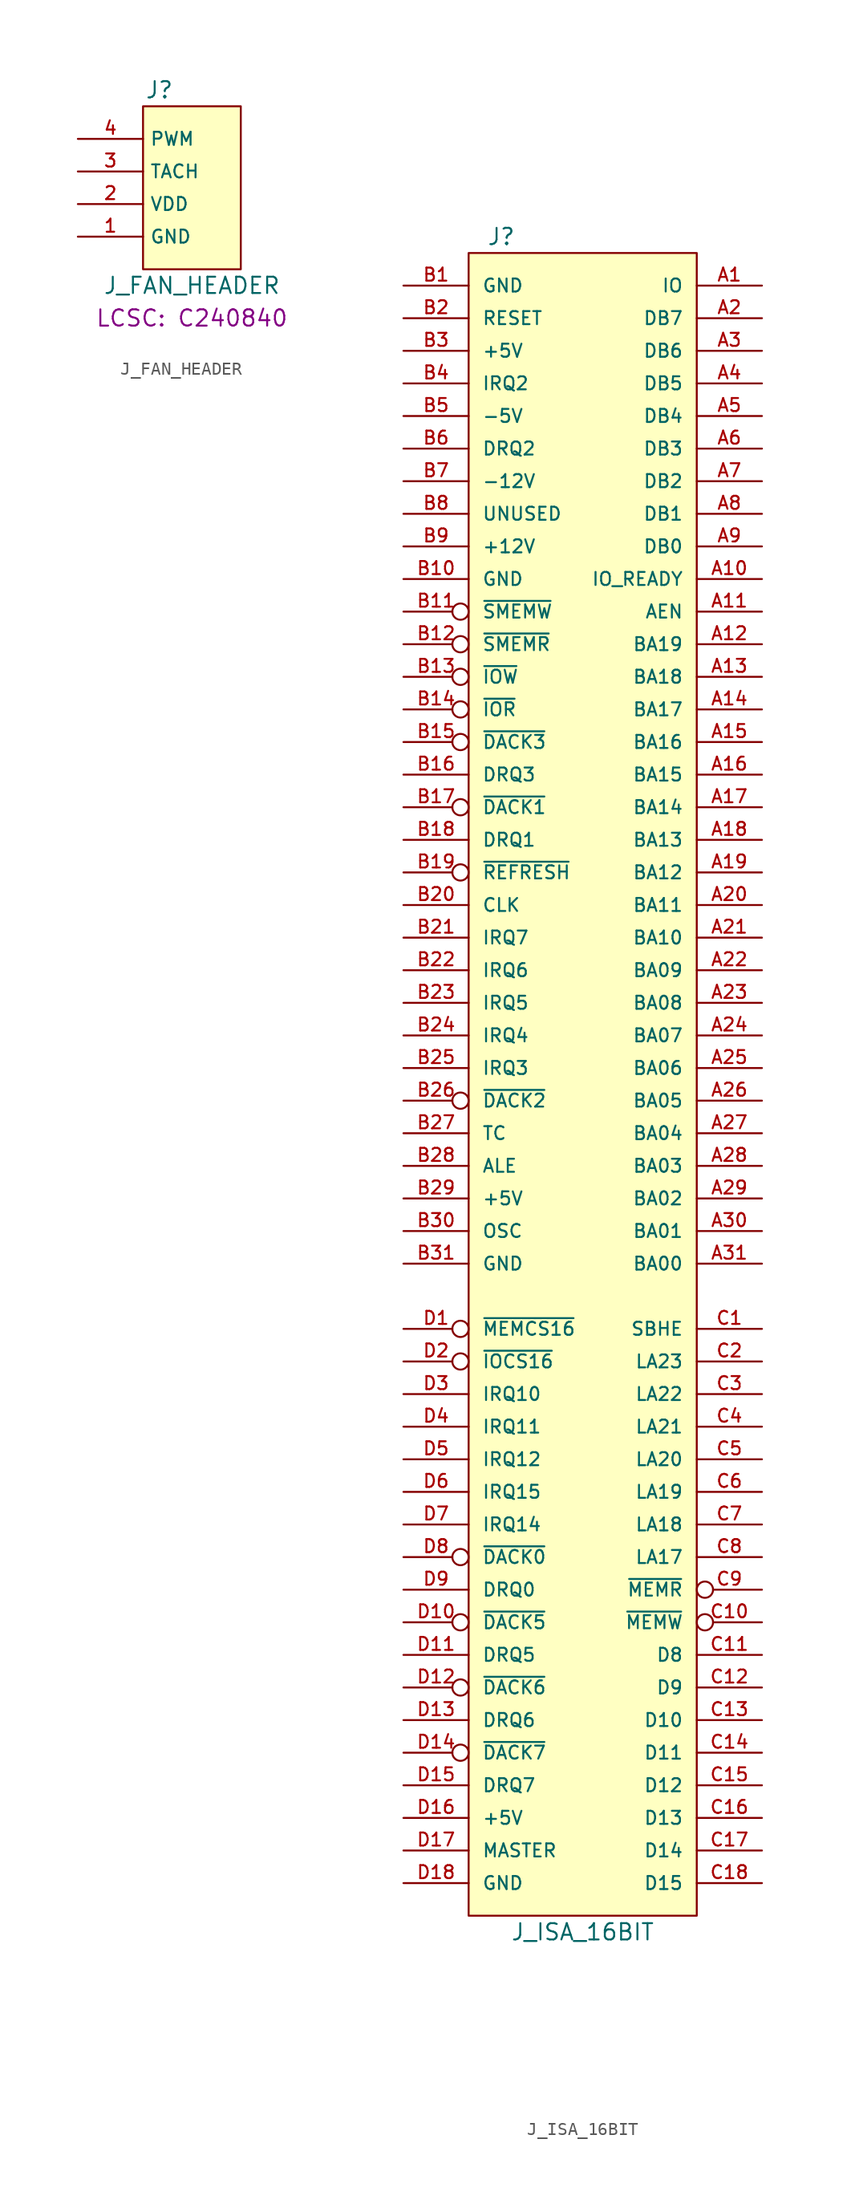
<source format=kicad_sym>
(kicad_symbol_lib
  (version 20220914)
  (generator kicad_symbol_editor)
  (symbol "J_FAN_HEADER"
    (property "Reference" "J"
      (at -2.54 6.35 0)
      (effects (font (size 1.27 1.27))))
    (property "Value" "J_FAN_HEADER"
      (at 0 -8.89 0)
      (effects (font (size 1.27 1.27))))
    (property "LCSC" "C240840"
      (at 0 -11.43 0)
      (show_name)
      (effects (font (size 1.27 1.27))))
    (symbol "J_FAN_HEADER_1_1"
      (rectangle (start -3.81 5.08) (end 3.81 -7.62) (stroke (width 0) (type default)) (fill (type background)))
      (pin power_in line (at -8.89 -5.08 0) (length 5.08) (name "GND" (effects (font (size 1.016 1.016)))) (number "1" (effects (font (size 1.016 1.016)))))
      (pin power_in line (at -8.89 -2.54 0) (length 5.08) (name "VDD" (effects (font (size 1.016 1.016)))) (number "2" (effects (font (size 1.016 1.016)))))
      (pin output line (at -8.89 0 0) (length 5.08) (name "TACH" (effects (font (size 1.016 1.016)))) (number "3" (effects (font (size 1.016 1.016)))))
      (pin input line (at -8.89 2.54 0) (length 5.08) (name "PWM" (effects (font (size 1.016 1.016)))) (number "4" (effects (font (size 1.016 1.016)))))))
  (symbol "J_ISA_16BIT"
    (pin_names
      (offset 1.016))
    (property "Reference" "J"
      (at -6.35 66.04 0)
      (effects (font (size 1.27 1.27))))
    (property "Value" "J_ISA_16BIT"
      (at 0 -66.04 0)
      (effects (font (size 1.27 1.27))))
    (symbol "J_ISA_16BIT_0_1"
      (rectangle (start -8.89 64.77) (end 8.89 -64.77) (stroke (width 0) (type solid)) (fill (type background))))
    (symbol "J_ISA_16BIT_1_1"
      (pin open_collector line (at 13.97 62.23 180) (length 5.08) (name "IO" (effects (font (size 1.016 1.016)))) (number "A1" (effects (font (size 1.016 1.016)))))
      (pin open_collector line (at 13.97 39.37 180) (length 5.08) (name "IO_READY" (effects (font (size 1.016 1.016)))) (number "A10" (effects (font (size 1.016 1.016)))))
      (pin input line (at 13.97 36.83 180) (length 5.08) (name "AEN" (effects (font (size 1.016 1.016)))) (number "A11" (effects (font (size 1.016 1.016)))))
      (pin input line (at 13.97 34.29 180) (length 5.08) (name "BA19" (effects (font (size 1.016 1.016)))) (number "A12" (effects (font (size 1.016 1.016)))))
      (pin input line (at 13.97 31.75 180) (length 5.08) (name "BA18" (effects (font (size 1.016 1.016)))) (number "A13" (effects (font (size 1.016 1.016)))))
      (pin input line (at 13.97 29.21 180) (length 5.08) (name "BA17" (effects (font (size 1.016 1.016)))) (number "A14" (effects (font (size 1.016 1.016)))))
      (pin input line (at 13.97 26.67 180) (length 5.08) (name "BA16" (effects (font (size 1.016 1.016)))) (number "A15" (effects (font (size 1.016 1.016)))))
      (pin input line (at 13.97 24.13 180) (length 5.08) (name "BA15" (effects (font (size 1.016 1.016)))) (number "A16" (effects (font (size 1.016 1.016)))))
      (pin input line (at 13.97 21.59 180) (length 5.08) (name "BA14" (effects (font (size 1.016 1.016)))) (number "A17" (effects (font (size 1.016 1.016)))))
      (pin input line (at 13.97 19.05 180) (length 5.08) (name "BA13" (effects (font (size 1.016 1.016)))) (number "A18" (effects (font (size 1.016 1.016)))))
      (pin input line (at 13.97 16.51 180) (length 5.08) (name "BA12" (effects (font (size 1.016 1.016)))) (number "A19" (effects (font (size 1.016 1.016)))))
      (pin tri_state line (at 13.97 59.69 180) (length 5.08) (name "DB7" (effects (font (size 1.016 1.016)))) (number "A2" (effects (font (size 1.016 1.016)))))
      (pin input line (at 13.97 13.97 180) (length 5.08) (name "BA11" (effects (font (size 1.016 1.016)))) (number "A20" (effects (font (size 1.016 1.016)))))
      (pin input line (at 13.97 11.43 180) (length 5.08) (name "BA10" (effects (font (size 1.016 1.016)))) (number "A21" (effects (font (size 1.016 1.016)))))
      (pin input line (at 13.97 8.89 180) (length 5.08) (name "BA09" (effects (font (size 1.016 1.016)))) (number "A22" (effects (font (size 1.016 1.016)))))
      (pin input line (at 13.97 6.35 180) (length 5.08) (name "BA08" (effects (font (size 1.016 1.016)))) (number "A23" (effects (font (size 1.016 1.016)))))
      (pin input line (at 13.97 3.81 180) (length 5.08) (name "BA07" (effects (font (size 1.016 1.016)))) (number "A24" (effects (font (size 1.016 1.016)))))
      (pin input line (at 13.97 1.27 180) (length 5.08) (name "BA06" (effects (font (size 1.016 1.016)))) (number "A25" (effects (font (size 1.016 1.016)))))
      (pin input line (at 13.97 -1.27 180) (length 5.08) (name "BA05" (effects (font (size 1.016 1.016)))) (number "A26" (effects (font (size 1.016 1.016)))))
      (pin input line (at 13.97 -3.81 180) (length 5.08) (name "BA04" (effects (font (size 1.016 1.016)))) (number "A27" (effects (font (size 1.016 1.016)))))
      (pin input line (at 13.97 -6.35 180) (length 5.08) (name "BA03" (effects (font (size 1.016 1.016)))) (number "A28" (effects (font (size 1.016 1.016)))))
      (pin input line (at 13.97 -8.89 180) (length 5.08) (name "BA02" (effects (font (size 1.016 1.016)))) (number "A29" (effects (font (size 1.016 1.016)))))
      (pin tri_state line (at 13.97 57.15 180) (length 5.08) (name "DB6" (effects (font (size 1.016 1.016)))) (number "A3" (effects (font (size 1.016 1.016)))))
      (pin input line (at 13.97 -11.43 180) (length 5.08) (name "BA01" (effects (font (size 1.016 1.016)))) (number "A30" (effects (font (size 1.016 1.016)))))
      (pin input line (at 13.97 -13.97 180) (length 5.08) (name "BA00" (effects (font (size 1.016 1.016)))) (number "A31" (effects (font (size 1.016 1.016)))))
      (pin tri_state line (at 13.97 54.61 180) (length 5.08) (name "DB5" (effects (font (size 1.016 1.016)))) (number "A4" (effects (font (size 1.016 1.016)))))
      (pin tri_state line (at 13.97 52.07 180) (length 5.08) (name "DB4" (effects (font (size 1.016 1.016)))) (number "A5" (effects (font (size 1.016 1.016)))))
      (pin tri_state line (at 13.97 49.53 180) (length 5.08) (name "DB3" (effects (font (size 1.016 1.016)))) (number "A6" (effects (font (size 1.016 1.016)))))
      (pin tri_state line (at 13.97 46.99 180) (length 5.08) (name "DB2" (effects (font (size 1.016 1.016)))) (number "A7" (effects (font (size 1.016 1.016)))))
      (pin tri_state line (at 13.97 44.45 180) (length 5.08) (name "DB1" (effects (font (size 1.016 1.016)))) (number "A8" (effects (font (size 1.016 1.016)))))
      (pin tri_state line (at 13.97 41.91 180) (length 5.08) (name "DB0" (effects (font (size 1.016 1.016)))) (number "A9" (effects (font (size 1.016 1.016)))))
      (pin power_in line (at -13.97 62.23 0) (length 5.08) (name "GND" (effects (font (size 1.016 1.016)))) (number "B1" (effects (font (size 1.016 1.016)))))
      (pin power_in line (at -13.97 39.37 0) (length 5.08) (name "GND" (effects (font (size 1.016 1.016)))) (number "B10" (effects (font (size 1.016 1.016)))))
      (pin input inverted (at -13.97 36.83 0) (length 5.08) (name "~{SMEMW}" (effects (font (size 1.016 1.016)))) (number "B11" (effects (font (size 1.016 1.016)))))
      (pin input inverted (at -13.97 34.29 0) (length 5.08) (name "~{SMEMR}" (effects (font (size 1.016 1.016)))) (number "B12" (effects (font (size 1.016 1.016)))))
      (pin input inverted (at -13.97 31.75 0) (length 5.08) (name "~{IOW}" (effects (font (size 1.016 1.016)))) (number "B13" (effects (font (size 1.016 1.016)))))
      (pin input inverted (at -13.97 29.21 0) (length 5.08) (name "~{IOR}" (effects (font (size 1.016 1.016)))) (number "B14" (effects (font (size 1.016 1.016)))))
      (pin input inverted (at -13.97 26.67 0) (length 5.08) (name "~{DACK3}" (effects (font (size 1.016 1.016)))) (number "B15" (effects (font (size 1.016 1.016)))))
      (pin open_collector line (at -13.97 24.13 0) (length 5.08) (name "DRQ3" (effects (font (size 1.016 1.016)))) (number "B16" (effects (font (size 1.016 1.016)))))
      (pin input inverted (at -13.97 21.59 0) (length 5.08) (name "~{DACK1}" (effects (font (size 1.016 1.016)))) (number "B17" (effects (font (size 1.016 1.016)))))
      (pin open_collector line (at -13.97 19.05 0) (length 5.08) (name "DRQ1" (effects (font (size 1.016 1.016)))) (number "B18" (effects (font (size 1.016 1.016)))))
      (pin input inverted (at -13.97 16.51 0) (length 5.08) (name "~{REFRESH}" (effects (font (size 1.016 1.016)))) (number "B19" (effects (font (size 1.016 1.016)))))
      (pin input line (at -13.97 59.69 0) (length 5.08) (name "RESET" (effects (font (size 1.016 1.016)))) (number "B2" (effects (font (size 1.016 1.016)))))
      (pin input line (at -13.97 13.97 0) (length 5.08) (name "CLK" (effects (font (size 1.016 1.016)))) (number "B20" (effects (font (size 1.016 1.016)))))
      (pin open_collector line (at -13.97 11.43 0) (length 5.08) (name "IRQ7" (effects (font (size 1.016 1.016)))) (number "B21" (effects (font (size 1.016 1.016)))))
      (pin open_collector line (at -13.97 8.89 0) (length 5.08) (name "IRQ6" (effects (font (size 1.016 1.016)))) (number "B22" (effects (font (size 1.016 1.016)))))
      (pin open_collector line (at -13.97 6.35 0) (length 5.08) (name "IRQ5" (effects (font (size 1.016 1.016)))) (number "B23" (effects (font (size 1.016 1.016)))))
      (pin open_collector line (at -13.97 3.81 0) (length 5.08) (name "IRQ4" (effects (font (size 1.016 1.016)))) (number "B24" (effects (font (size 1.016 1.016)))))
      (pin open_collector line (at -13.97 1.27 0) (length 5.08) (name "IRQ3" (effects (font (size 1.016 1.016)))) (number "B25" (effects (font (size 1.016 1.016)))))
      (pin input inverted (at -13.97 -1.27 0) (length 5.08) (name "~{DACK2}" (effects (font (size 1.016 1.016)))) (number "B26" (effects (font (size 1.016 1.016)))))
      (pin input line (at -13.97 -3.81 0) (length 5.08) (name "TC" (effects (font (size 1.016 1.016)))) (number "B27" (effects (font (size 1.016 1.016)))))
      (pin input line (at -13.97 -6.35 0) (length 5.08) (name "ALE" (effects (font (size 1.016 1.016)))) (number "B28" (effects (font (size 1.016 1.016)))))
      (pin power_in line (at -13.97 -8.89 0) (length 5.08) (name "+5V" (effects (font (size 1.016 1.016)))) (number "B29" (effects (font (size 1.016 1.016)))))
      (pin power_in line (at -13.97 57.15 0) (length 5.08) (name "+5V" (effects (font (size 1.016 1.016)))) (number "B3" (effects (font (size 1.016 1.016)))))
      (pin input line (at -13.97 -11.43 0) (length 5.08) (name "OSC" (effects (font (size 1.016 1.016)))) (number "B30" (effects (font (size 1.016 1.016)))))
      (pin power_in line (at -13.97 -13.97 0) (length 5.08) (name "GND" (effects (font (size 1.016 1.016)))) (number "B31" (effects (font (size 1.016 1.016)))))
      (pin open_collector line (at -13.97 54.61 0) (length 5.08) (name "IRQ2" (effects (font (size 1.016 1.016)))) (number "B4" (effects (font (size 1.016 1.016)))))
      (pin power_in line (at -13.97 52.07 0) (length 5.08) (name "-5V" (effects (font (size 1.016 1.016)))) (number "B5" (effects (font (size 1.016 1.016)))))
      (pin open_collector line (at -13.97 49.53 0) (length 5.08) (name "DRQ2" (effects (font (size 1.016 1.016)))) (number "B6" (effects (font (size 1.016 1.016)))))
      (pin power_in line (at -13.97 46.99 0) (length 5.08) (name "-12V" (effects (font (size 1.016 1.016)))) (number "B7" (effects (font (size 1.016 1.016)))))
      (pin input line (at -13.97 44.45 0) (length 5.08) (name "UNUSED" (effects (font (size 1.016 1.016)))) (number "B8" (effects (font (size 1.016 1.016)))))
      (pin power_in line (at -13.97 41.91 0) (length 5.08) (name "+12V" (effects (font (size 1.016 1.016)))) (number "B9" (effects (font (size 1.016 1.016)))))
      (pin input line (at 13.97 -19.05 180) (length 5.08) (name "SBHE" (effects (font (size 1.016 1.016)))) (number "C1" (effects (font (size 1.016 1.016)))))
      (pin input inverted (at 13.97 -41.91 180) (length 5.08) (name "~{MEMW}" (effects (font (size 1.016 1.016)))) (number "C10" (effects (font (size 1.016 1.016)))))
      (pin tri_state line (at 13.97 -44.45 180) (length 5.08) (name "D8" (effects (font (size 1.016 1.016)))) (number "C11" (effects (font (size 1.016 1.016)))))
      (pin tri_state line (at 13.97 -46.99 180) (length 5.08) (name "D9" (effects (font (size 1.016 1.016)))) (number "C12" (effects (font (size 1.016 1.016)))))
      (pin tri_state line (at 13.97 -49.53 180) (length 5.08) (name "D10" (effects (font (size 1.016 1.016)))) (number "C13" (effects (font (size 1.016 1.016)))))
      (pin tri_state line (at 13.97 -52.07 180) (length 5.08) (name "D11" (effects (font (size 1.016 1.016)))) (number "C14" (effects (font (size 1.016 1.016)))))
      (pin tri_state line (at 13.97 -54.61 180) (length 5.08) (name "D12" (effects (font (size 1.016 1.016)))) (number "C15" (effects (font (size 1.016 1.016)))))
      (pin tri_state line (at 13.97 -57.15 180) (length 5.08) (name "D13" (effects (font (size 1.016 1.016)))) (number "C16" (effects (font (size 1.016 1.016)))))
      (pin tri_state line (at 13.97 -59.69 180) (length 5.08) (name "D14" (effects (font (size 1.016 1.016)))) (number "C17" (effects (font (size 1.016 1.016)))))
      (pin tri_state line (at 13.97 -62.23 180) (length 5.08) (name "D15" (effects (font (size 1.016 1.016)))) (number "C18" (effects (font (size 1.016 1.016)))))
      (pin input line (at 13.97 -21.59 180) (length 5.08) (name "LA23" (effects (font (size 1.016 1.016)))) (number "C2" (effects (font (size 1.016 1.016)))))
      (pin input line (at 13.97 -24.13 180) (length 5.08) (name "LA22" (effects (font (size 1.016 1.016)))) (number "C3" (effects (font (size 1.016 1.016)))))
      (pin input line (at 13.97 -26.67 180) (length 5.08) (name "LA21" (effects (font (size 1.016 1.016)))) (number "C4" (effects (font (size 1.016 1.016)))))
      (pin input line (at 13.97 -29.21 180) (length 5.08) (name "LA20" (effects (font (size 1.016 1.016)))) (number "C5" (effects (font (size 1.016 1.016)))))
      (pin input line (at 13.97 -31.75 180) (length 5.08) (name "LA19" (effects (font (size 1.016 1.016)))) (number "C6" (effects (font (size 1.016 1.016)))))
      (pin input line (at 13.97 -34.29 180) (length 5.08) (name "LA18" (effects (font (size 1.016 1.016)))) (number "C7" (effects (font (size 1.016 1.016)))))
      (pin input line (at 13.97 -36.83 180) (length 5.08) (name "LA17" (effects (font (size 1.016 1.016)))) (number "C8" (effects (font (size 1.016 1.016)))))
      (pin input inverted (at 13.97 -39.37 180) (length 5.08) (name "~{MEMR}" (effects (font (size 1.016 1.016)))) (number "C9" (effects (font (size 1.016 1.016)))))
      (pin output inverted (at -13.97 -19.05 0) (length 5.08) (name "~{MEMCS16}" (effects (font (size 1.016 1.016)))) (number "D1" (effects (font (size 1.016 1.016)))))
      (pin input inverted (at -13.97 -41.91 0) (length 5.08) (name "~{DACK5}" (effects (font (size 1.016 1.016)))) (number "D10" (effects (font (size 1.016 1.016)))))
      (pin output line (at -13.97 -44.45 0) (length 5.08) (name "DRQ5" (effects (font (size 1.016 1.016)))) (number "D11" (effects (font (size 1.016 1.016)))))
      (pin input inverted (at -13.97 -46.99 0) (length 5.08) (name "~{DACK6}" (effects (font (size 1.016 1.016)))) (number "D12" (effects (font (size 1.016 1.016)))))
      (pin output line (at -13.97 -49.53 0) (length 5.08) (name "DRQ6" (effects (font (size 1.016 1.016)))) (number "D13" (effects (font (size 1.016 1.016)))))
      (pin input inverted (at -13.97 -52.07 0) (length 5.08) (name "~{DACK7}" (effects (font (size 1.016 1.016)))) (number "D14" (effects (font (size 1.016 1.016)))))
      (pin output line (at -13.97 -54.61 0) (length 5.08) (name "DRQ7" (effects (font (size 1.016 1.016)))) (number "D15" (effects (font (size 1.016 1.016)))))
      (pin power_in line (at -13.97 -57.15 0) (length 5.08) (name "+5V" (effects (font (size 1.016 1.016)))) (number "D16" (effects (font (size 1.016 1.016)))))
      (pin open_collector line (at -13.97 -59.69 0) (length 5.08) (name "MASTER" (effects (font (size 1.016 1.016)))) (number "D17" (effects (font (size 1.016 1.016)))))
      (pin power_in line (at -13.97 -62.23 0) (length 5.08) (name "GND" (effects (font (size 1.016 1.016)))) (number "D18" (effects (font (size 1.016 1.016)))))
      (pin output inverted (at -13.97 -21.59 0) (length 5.08) (name "~{IOCS16}" (effects (font (size 1.016 1.016)))) (number "D2" (effects (font (size 1.016 1.016)))))
      (pin open_collector line (at -13.97 -24.13 0) (length 5.08) (name "IRQ10" (effects (font (size 1.016 1.016)))) (number "D3" (effects (font (size 1.016 1.016)))))
      (pin open_collector line (at -13.97 -26.67 0) (length 5.08) (name "IRQ11" (effects (font (size 1.016 1.016)))) (number "D4" (effects (font (size 1.016 1.016)))))
      (pin open_collector line (at -13.97 -29.21 0) (length 5.08) (name "IRQ12" (effects (font (size 1.016 1.016)))) (number "D5" (effects (font (size 1.016 1.016)))))
      (pin open_collector line (at -13.97 -31.75 0) (length 5.08) (name "IRQ15" (effects (font (size 1.016 1.016)))) (number "D6" (effects (font (size 1.016 1.016)))))
      (pin open_collector line (at -13.97 -34.29 0) (length 5.08) (name "IRQ14" (effects (font (size 1.016 1.016)))) (number "D7" (effects (font (size 1.016 1.016)))))
      (pin input inverted (at -13.97 -36.83 0) (length 5.08) (name "~{DACK0}" (effects (font (size 1.016 1.016)))) (number "D8" (effects (font (size 1.016 1.016)))))
      (pin output line (at -13.97 -39.37 0) (length 5.08) (name "DRQ0" (effects (font (size 1.016 1.016)))) (number "D9" (effects (font (size 1.016 1.016))))))))
</source>
